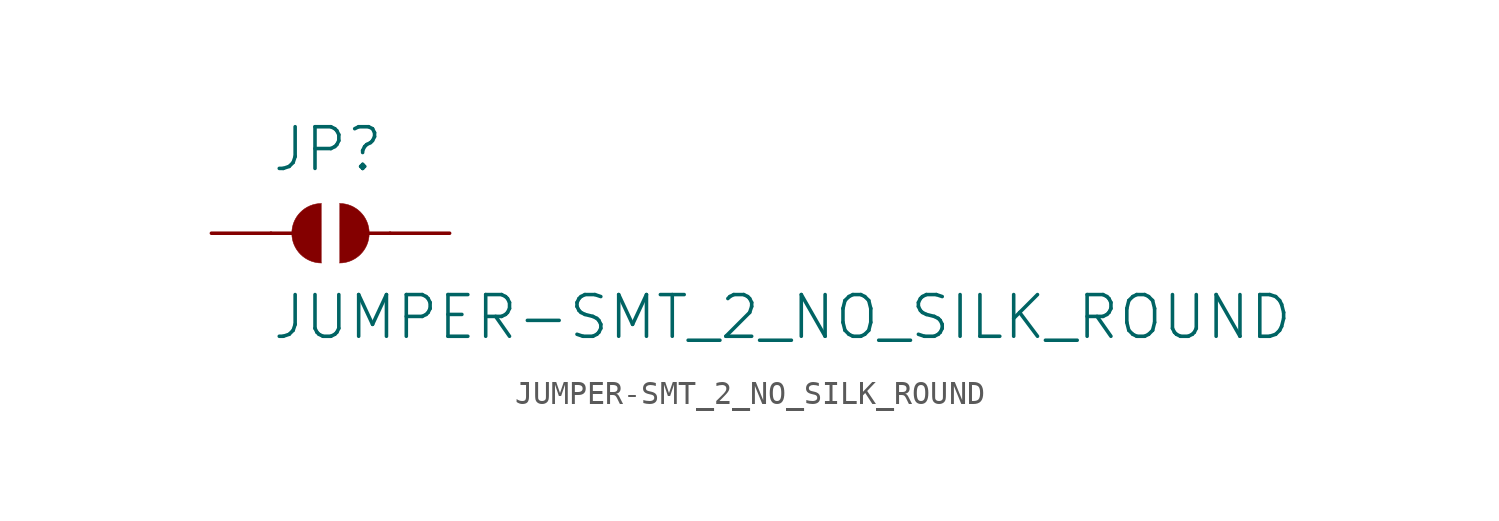
<source format=kicad_sym>
(kicad_symbol_lib
  (version 20211014)
  (generator kicad_symbol_editor)
  (symbol "JUMPER-SMT_2_NO_SILK_ROUND"
    (property "Reference" "JP"
      (at -2.54 2.54 0)
      (effects (font (size 1.778 1.778)) (justify left bottom)))
    (property "Value" "JUMPER-SMT_2_NO_SILK_ROUND"
      (at -2.54 -2.54 0)
      (effects (font (size 1.778 1.778)) (justify left top)))
    (property "ki_locked" ""
      (at 0 0 0)
      (effects (font (size 1.27 1.27))))
    (symbol "JUMPER-SMT_2_NO_SILK_ROUND_1_0"
      (arc (start -0.381 1.2699) (mid -1.6508 0) (end -0.381 -1.2699) (stroke (width 0.0001) (type default) (color 0 0 0 0)) (fill (type outline)))
      (polyline (pts (xy -2.54 0) (xy -1.651 0)) (stroke (width 0.152) (type default) (color 0 0 0 0)) (fill (type none)))
      (polyline (pts (xy 2.54 0) (xy 1.651 0)) (stroke (width 0.152) (type default) (color 0 0 0 0)) (fill (type none)))
      (arc (start 0.381 -1.2699) (mid 1.6508 0) (end 0.381 1.2699) (stroke (width 0.0001) (type default) (color 0 0 0 0)) (fill (type outline)))
      (pin passive line (at -5.08 0 0) (length 2.54) (name "1" (effects (font (size 0 0)))) (number "1" (effects (font (size 0 0)))))
      (pin passive line (at 5.08 0 180) (length 2.54) (name "2" (effects (font (size 0 0)))) (number "2" (effects (font (size 0 0))))))))
</source>
